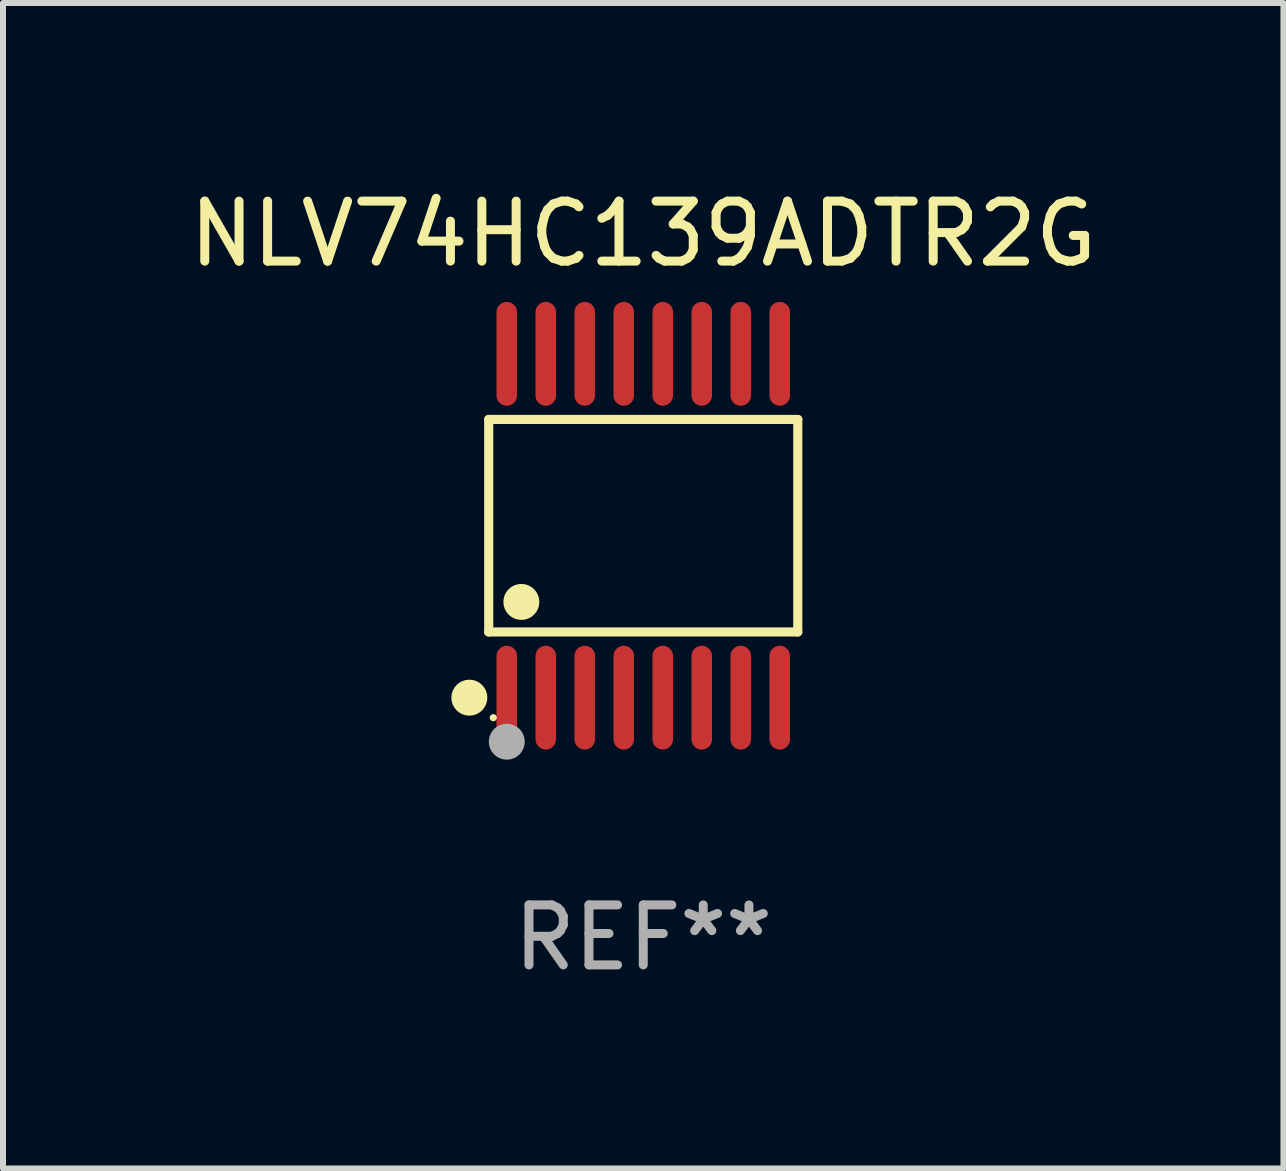
<source format=kicad_pcb>
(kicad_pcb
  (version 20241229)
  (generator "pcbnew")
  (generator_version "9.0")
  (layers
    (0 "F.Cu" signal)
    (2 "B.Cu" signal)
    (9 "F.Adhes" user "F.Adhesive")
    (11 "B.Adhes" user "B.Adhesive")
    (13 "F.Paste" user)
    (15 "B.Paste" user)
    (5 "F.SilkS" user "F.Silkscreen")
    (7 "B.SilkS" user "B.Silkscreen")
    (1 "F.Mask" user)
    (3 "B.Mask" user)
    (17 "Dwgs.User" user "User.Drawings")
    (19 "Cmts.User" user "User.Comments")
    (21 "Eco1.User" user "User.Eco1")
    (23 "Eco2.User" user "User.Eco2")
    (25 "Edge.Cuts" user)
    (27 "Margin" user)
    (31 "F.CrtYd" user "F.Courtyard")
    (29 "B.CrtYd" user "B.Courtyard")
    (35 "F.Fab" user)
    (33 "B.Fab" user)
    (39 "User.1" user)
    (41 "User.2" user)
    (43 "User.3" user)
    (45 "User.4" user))
  (footprint "NLV74HC139ADTR2G"
    (layer "F.Cu")
    (at 7.673 5.714)
    (property "Reference" "NLV74HC139ADTR2G" (at 0 -4.866 0) (layer "F.SilkS") (effects (font (size 1 1) (thickness 0.15))))
    (attr through_hole)
    (fp_line (start -2.576 -1.772) (end 2.576 -1.772) (stroke (width 0.152) (type solid)) (layer "F.SilkS"))
    (fp_line (start -2.576 1.771) (end -2.576 -1.772) (stroke (width 0.152) (type solid)) (layer "F.SilkS"))
    (fp_line (start 2.576 -1.772) (end 2.576 1.771) (stroke (width 0.152) (type solid)) (layer "F.SilkS"))
    (fp_line (start 2.576 1.771) (end -2.576 1.771) (stroke (width 0.152) (type solid)) (layer "F.SilkS"))
    (fp_circle (center -2.899 2.866) (end -2.749 2.866) (stroke (width 0.3) (type solid)) (fill no) (layer "F.SilkS"))
    (fp_circle (center -2.5 3.2) (end -2.47 3.2) (stroke (width 0.06) (type solid)) (fill no) (layer "F.SilkS"))
    (fp_circle (center -2.032 1.27) (end -1.882 1.27) (stroke (width 0.3) (type solid)) (fill no) (layer "F.SilkS"))
    (fp_circle (center -2.275 3.6) (end -2.125 3.6) (stroke (width 0.3) (type solid)) (fill no) (layer "F.Fab"))
    (fp_text user "REF**" (at 0 6.866 0) (layer "F.Fab") (effects (font (size 1 1) (thickness 0.15))))
    (pad "1" smd oval (at -2.275 2.866) (size 0.343 1.731) (layers "F.Cu" "F.Mask" "F.Paste"))
    (pad "2" smd oval (at -1.625 2.866) (size 0.343 1.731) (layers "F.Cu" "F.Mask" "F.Paste"))
    (pad "3" smd oval (at -0.975 2.866) (size 0.343 1.731) (layers "F.Cu" "F.Mask" "F.Paste"))
    (pad "4" smd oval (at -0.325 2.866) (size 0.343 1.731) (layers "F.Cu" "F.Mask" "F.Paste"))
    (pad "5" smd oval (at 0.325 2.866) (size 0.343 1.731) (layers "F.Cu" "F.Mask" "F.Paste"))
    (pad "6" smd oval (at 0.975 2.866) (size 0.343 1.731) (layers "F.Cu" "F.Mask" "F.Paste"))
    (pad "7" smd oval (at 1.625 2.866) (size 0.343 1.731) (layers "F.Cu" "F.Mask" "F.Paste"))
    (pad "8" smd oval (at 2.275 2.866) (size 0.343 1.731) (layers "F.Cu" "F.Mask" "F.Paste"))
    (pad "9" smd oval (at 2.275 -2.866) (size 0.343 1.731) (layers "F.Cu" "F.Mask" "F.Paste"))
    (pad "10" smd oval (at 1.625 -2.866) (size 0.343 1.731) (layers "F.Cu" "F.Mask" "F.Paste"))
    (pad "11" smd oval (at 0.975 -2.866) (size 0.343 1.731) (layers "F.Cu" "F.Mask" "F.Paste"))
    (pad "12" smd oval (at 0.325 -2.866) (size 0.343 1.731) (layers "F.Cu" "F.Mask" "F.Paste"))
    (pad "13" smd oval (at -0.325 -2.866) (size 0.343 1.731) (layers "F.Cu" "F.Mask" "F.Paste"))
    (pad "14" smd oval (at -0.975 -2.866) (size 0.343 1.731) (layers "F.Cu" "F.Mask" "F.Paste"))
    (pad "15" smd oval (at -1.625 -2.866) (size 0.343 1.731) (layers "F.Cu" "F.Mask" "F.Paste"))
    (pad "16" smd oval (at -2.275 -2.866) (size 0.343 1.731) (layers "F.Cu" "F.Mask" "F.Paste")))
  (gr_rect
    (start -3 -3)
    (end 18.345 16.428)
    (stroke (width 0.1) (type default))
    (fill no)
    (layer "Edge.Cuts")))
</source>
